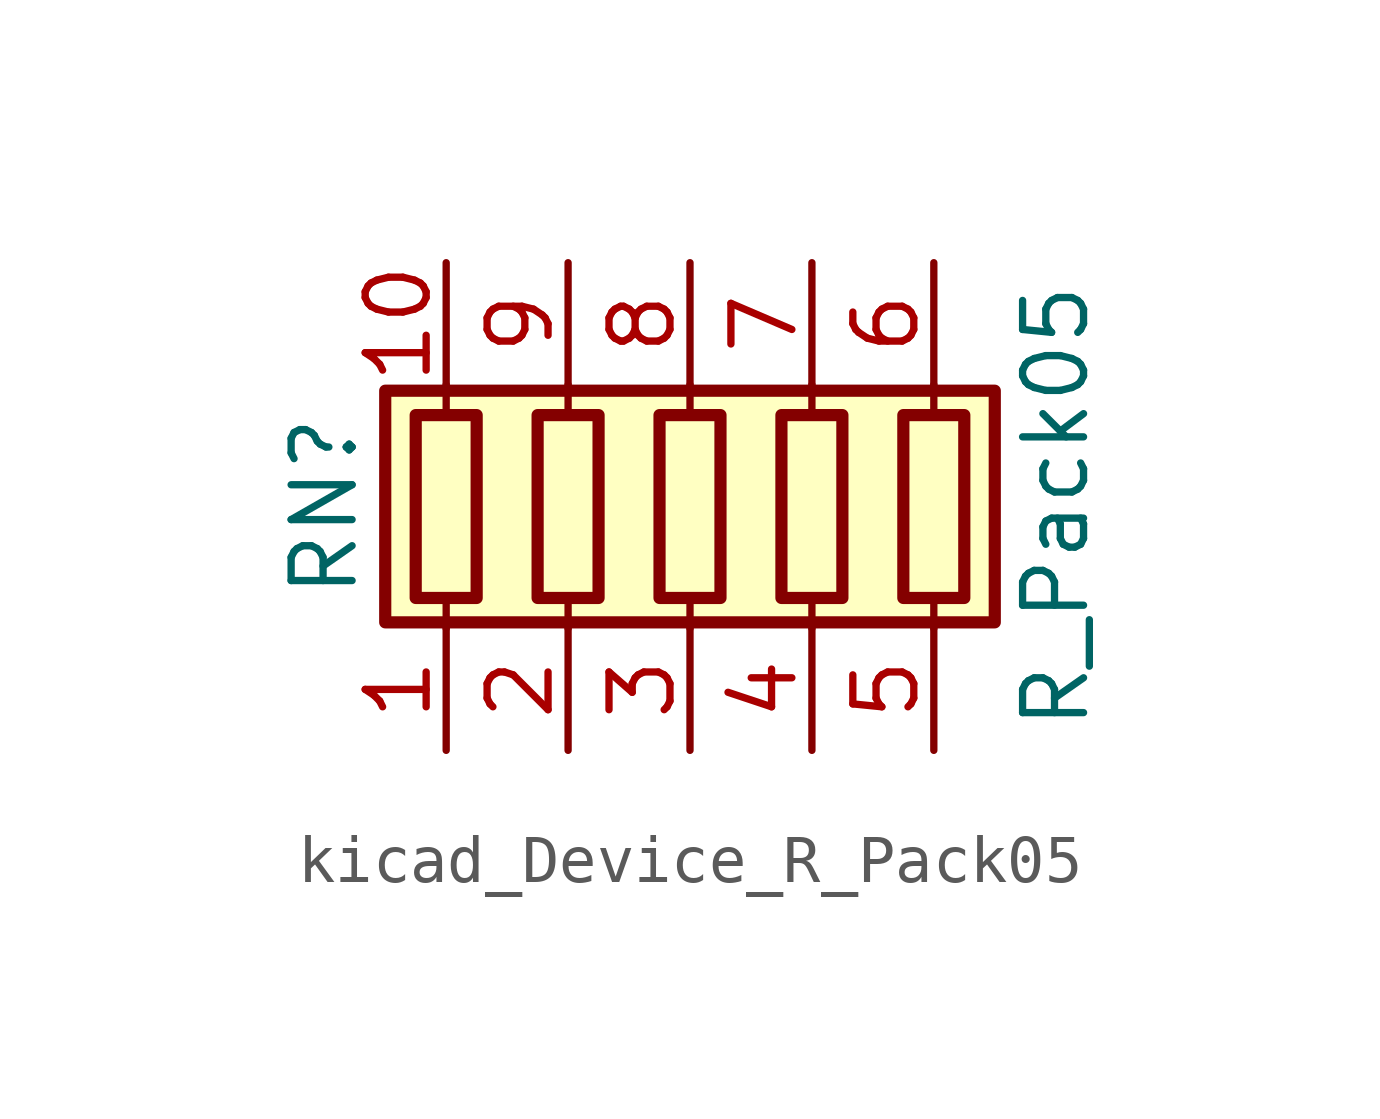
<source format=kicad_sym>
(kicad_symbol_lib
  (version 20220914)
  (generator kicad_symbol_editor)
  (symbol "kicad_Device_R_Pack05"
    (pin_names
      (offset 0) hide)
    (property "Reference" "RN"
      (at -7.62 0 90)
      (effects (font (size 1.27 1.27))))
    (property "Value" "R_Pack05"
      (at 7.62 0 90)
      (effects (font (size 1.27 1.27))))
    (symbol "kicad_Device_R_Pack05_0_1"
      (rectangle (start -6.35 -2.413) (end 6.35 2.413) (stroke (width 0.254) (type default)) (fill (type background)))
      (rectangle (start -5.715 1.905) (end -4.445 -1.905) (stroke (width 0.254) (type default)) (fill (type none)))
      (rectangle (start -3.175 1.905) (end -1.905 -1.905) (stroke (width 0.254) (type default)) (fill (type none)))
      (rectangle (start -0.635 1.905) (end 0.635 -1.905) (stroke (width 0.254) (type default)) (fill (type none)))
      (polyline (pts (xy -5.08 -2.54) (xy -5.08 -1.905)) (stroke (width 0) (type default)) (fill (type none)))
      (polyline (pts (xy -5.08 1.905) (xy -5.08 2.54)) (stroke (width 0) (type default)) (fill (type none)))
      (polyline (pts (xy -2.54 -2.54) (xy -2.54 -1.905)) (stroke (width 0) (type default)) (fill (type none)))
      (polyline (pts (xy -2.54 1.905) (xy -2.54 2.54)) (stroke (width 0) (type default)) (fill (type none)))
      (polyline (pts (xy 0 -2.54) (xy 0 -1.905)) (stroke (width 0) (type default)) (fill (type none)))
      (polyline (pts (xy 0 1.905) (xy 0 2.54)) (stroke (width 0) (type default)) (fill (type none)))
      (polyline (pts (xy 2.54 -2.54) (xy 2.54 -1.905)) (stroke (width 0) (type default)) (fill (type none)))
      (polyline (pts (xy 2.54 1.905) (xy 2.54 2.54)) (stroke (width 0) (type default)) (fill (type none)))
      (polyline (pts (xy 5.08 -2.54) (xy 5.08 -1.905)) (stroke (width 0) (type default)) (fill (type none)))
      (polyline (pts (xy 5.08 1.905) (xy 5.08 2.54)) (stroke (width 0) (type default)) (fill (type none)))
      (rectangle (start 1.905 1.905) (end 3.175 -1.905) (stroke (width 0.254) (type default)) (fill (type none)))
      (rectangle (start 4.445 1.905) (end 5.715 -1.905) (stroke (width 0.254) (type default)) (fill (type none))))
    (symbol "kicad_Device_R_Pack05_1_1"
      (pin passive line (at -5.08 -5.08 90) (length 2.54) (name "R1.1" (effects (font (size 1.27 1.27)))) (number "1" (effects (font (size 1.27 1.27)))))
      (pin passive line (at -5.08 5.08 270) (length 2.54) (name "R1.2" (effects (font (size 1.27 1.27)))) (number "10" (effects (font (size 1.27 1.27)))))
      (pin passive line (at -2.54 -5.08 90) (length 2.54) (name "R2.1" (effects (font (size 1.27 1.27)))) (number "2" (effects (font (size 1.27 1.27)))))
      (pin passive line (at 0 -5.08 90) (length 2.54) (name "R3.1" (effects (font (size 1.27 1.27)))) (number "3" (effects (font (size 1.27 1.27)))))
      (pin passive line (at 2.54 -5.08 90) (length 2.54) (name "R4.1" (effects (font (size 1.27 1.27)))) (number "4" (effects (font (size 1.27 1.27)))))
      (pin passive line (at 5.08 -5.08 90) (length 2.54) (name "R5.1" (effects (font (size 1.27 1.27)))) (number "5" (effects (font (size 1.27 1.27)))))
      (pin passive line (at 5.08 5.08 270) (length 2.54) (name "R5.2" (effects (font (size 1.27 1.27)))) (number "6" (effects (font (size 1.27 1.27)))))
      (pin passive line (at 2.54 5.08 270) (length 2.54) (name "R4.2" (effects (font (size 1.27 1.27)))) (number "7" (effects (font (size 1.27 1.27)))))
      (pin passive line (at 0 5.08 270) (length 2.54) (name "R3.2" (effects (font (size 1.27 1.27)))) (number "8" (effects (font (size 1.27 1.27)))))
      (pin passive line (at -2.54 5.08 270) (length 2.54) (name "R2.2" (effects (font (size 1.27 1.27)))) (number "9" (effects (font (size 1.27 1.27))))))))
</source>
